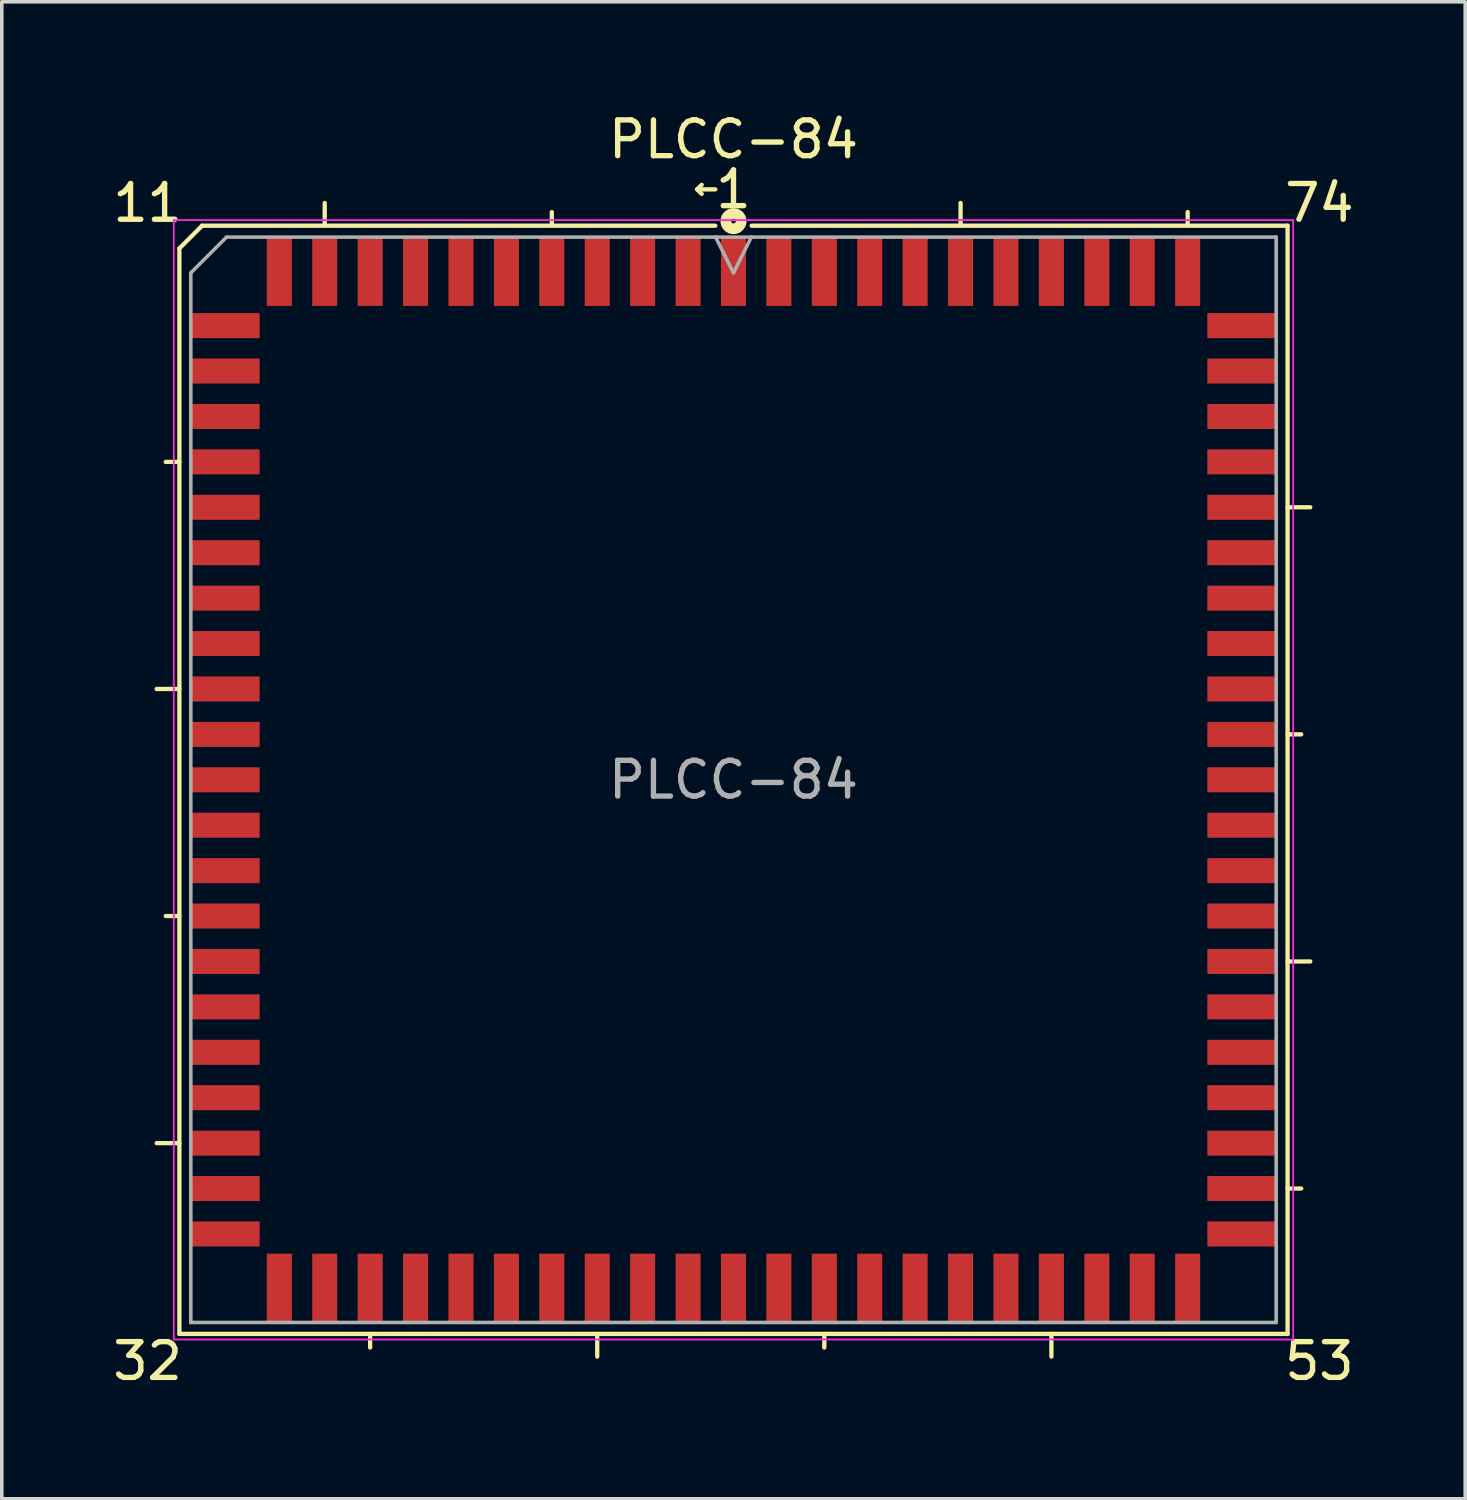
<source format=kicad_pcb>
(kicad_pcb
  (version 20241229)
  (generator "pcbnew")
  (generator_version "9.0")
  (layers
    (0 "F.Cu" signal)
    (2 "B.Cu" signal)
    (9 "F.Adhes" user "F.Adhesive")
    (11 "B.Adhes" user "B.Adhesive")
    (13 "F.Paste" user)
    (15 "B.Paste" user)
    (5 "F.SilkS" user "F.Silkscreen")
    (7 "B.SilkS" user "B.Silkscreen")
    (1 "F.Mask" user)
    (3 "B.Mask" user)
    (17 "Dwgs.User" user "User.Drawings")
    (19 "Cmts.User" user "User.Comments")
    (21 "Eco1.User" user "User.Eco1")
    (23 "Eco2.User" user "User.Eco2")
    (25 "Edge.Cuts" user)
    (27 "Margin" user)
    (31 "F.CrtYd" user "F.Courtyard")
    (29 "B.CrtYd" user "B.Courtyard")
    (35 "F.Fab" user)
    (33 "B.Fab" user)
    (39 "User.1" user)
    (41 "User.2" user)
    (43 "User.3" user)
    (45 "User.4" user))
  (footprint "PLCC-84"
    (layer "F.Cu")
    (at 17.46 18.755)
    (property "Reference" "PLCC-84" (at 0 -17.907 0) (layer "F.SilkS") (effects (font (size 1 1) (thickness 0.15))))
    (attr smd)
    (fp_line (start -15.748 -2.54) (end -16.129 -2.54) (stroke (width 0.12) (type solid)) (layer "F.SilkS"))
    (fp_line (start -15.494 -14.859) (end -15.494 15.494) (stroke (width 0.12) (type solid)) (layer "F.SilkS"))
    (fp_line (start -15.494 -8.89) (end -15.875 -8.89) (stroke (width 0.12) (type solid)) (layer "F.SilkS"))
    (fp_line (start -15.494 -2.54) (end -15.748 -2.54) (stroke (width 0.12) (type solid)) (layer "F.SilkS"))
    (fp_line (start -15.494 3.81) (end -15.875 3.81) (stroke (width 0.12) (type solid)) (layer "F.SilkS"))
    (fp_line (start -15.494 10.16) (end -16.129 10.16) (stroke (width 0.12) (type solid)) (layer "F.SilkS"))
    (fp_line (start -15.494 15.494) (end 15.494 15.494) (stroke (width 0.12) (type solid)) (layer "F.SilkS"))
    (fp_line (start -14.859 -15.494) (end -15.494 -14.859) (stroke (width 0.12) (type solid)) (layer "F.SilkS"))
    (fp_line (start -11.43 -15.494) (end -11.43 -16.129) (stroke (width 0.12) (type solid)) (layer "F.SilkS"))
    (fp_line (start -10.16 15.494) (end -10.16 15.875) (stroke (width 0.12) (type solid)) (layer "F.SilkS"))
    (fp_line (start -5.08 -15.494) (end -5.08 -15.875) (stroke (width 0.12) (type solid)) (layer "F.SilkS"))
    (fp_line (start -3.81 15.494) (end -3.81 16.129) (stroke (width 0.12) (type solid)) (layer "F.SilkS"))
    (fp_line (start -1.016 -16.51) (end -0.889 -16.637) (stroke (width 0.12) (type solid)) (layer "F.SilkS"))
    (fp_line (start -1.016 -16.51) (end -0.889 -16.383) (stroke (width 0.12) (type solid)) (layer "F.SilkS"))
    (fp_line (start -0.508 -16.51) (end -1.016 -16.51) (stroke (width 0.12) (type solid)) (layer "F.SilkS"))
    (fp_line (start -0.508 -15.494) (end -14.859 -15.494) (stroke (width 0.12) (type solid)) (layer "F.SilkS"))
    (fp_line (start 2.54 15.494) (end 2.54 15.875) (stroke (width 0.12) (type solid)) (layer "F.SilkS"))
    (fp_line (start 6.35 -15.494) (end 6.35 -16.129) (stroke (width 0.12) (type solid)) (layer "F.SilkS"))
    (fp_line (start 8.89 15.494) (end 8.89 16.129) (stroke (width 0.12) (type solid)) (layer "F.SilkS"))
    (fp_line (start 12.7 -15.494) (end 12.7 -15.875) (stroke (width 0.12) (type solid)) (layer "F.SilkS"))
    (fp_line (start 15.494 -15.494) (end 0.508 -15.494) (stroke (width 0.12) (type solid)) (layer "F.SilkS"))
    (fp_line (start 15.494 -7.62) (end 16.129 -7.62) (stroke (width 0.12) (type solid)) (layer "F.SilkS"))
    (fp_line (start 15.494 -1.27) (end 15.875 -1.27) (stroke (width 0.12) (type solid)) (layer "F.SilkS"))
    (fp_line (start 15.494 5.08) (end 16.129 5.08) (stroke (width 0.12) (type solid)) (layer "F.SilkS"))
    (fp_line (start 15.494 11.43) (end 15.875 11.43) (stroke (width 0.12) (type solid)) (layer "F.SilkS"))
    (fp_line (start 15.494 15.494) (end 15.494 -15.494) (stroke (width 0.12) (type solid)) (layer "F.SilkS"))
    (fp_circle (center 0 -15.621) (end 0.064 -15.621) (stroke (width 0.3) (type solid)) (fill no) (layer "F.SilkS"))
    (fp_line (start -15.65 -15.65) (end -15.65 15.65) (stroke (width 0.05) (type solid)) (layer "F.CrtYd"))
    (fp_line (start -15.65 15.65) (end 15.65 15.65) (stroke (width 0.05) (type solid)) (layer "F.CrtYd"))
    (fp_line (start 15.65 -15.65) (end -15.65 -15.65) (stroke (width 0.05) (type solid)) (layer "F.CrtYd"))
    (fp_line (start 15.65 15.65) (end 15.65 -15.65) (stroke (width 0.05) (type solid)) (layer "F.CrtYd"))
    (fp_line (start -15.175 -14.175) (end -15.175 15.175) (stroke (width 0.1) (type solid)) (layer "F.Fab"))
    (fp_line (start -15.175 15.175) (end 15.175 15.175) (stroke (width 0.1) (type solid)) (layer "F.Fab"))
    (fp_line (start -14.175 -15.175) (end -15.175 -14.175) (stroke (width 0.1) (type solid)) (layer "F.Fab"))
    (fp_line (start -0.5 -15.175) (end 0 -14.175) (stroke (width 0.1) (type solid)) (layer "F.Fab"))
    (fp_line (start 0 -14.175) (end 0.5 -15.175) (stroke (width 0.1) (type solid)) (layer "F.Fab"))
    (fp_line (start 15.175 -15.175) (end -14.175 -15.175) (stroke (width 0.1) (type solid)) (layer "F.Fab"))
    (fp_line (start 15.175 15.175) (end 15.175 -15.175) (stroke (width 0.1) (type solid)) (layer "F.Fab"))
    (fp_text user "53" (at 16.383 16.256 0) (unlocked yes) (layer "F.SilkS") (effects (font (size 1 1) (thickness 0.15))))
    (fp_text user "1" (at 0 -16.51 0) (unlocked yes) (layer "F.SilkS") (effects (font (size 1 1) (thickness 0.15))))
    (fp_text user "74" (at 16.383 -16.129 0) (unlocked yes) (layer "F.SilkS") (effects (font (size 1 1) (thickness 0.15))))
    (fp_text user "32" (at -16.383 16.256 0) (unlocked yes) (layer "F.SilkS") (effects (font (size 1 1) (thickness 0.15))))
    (fp_text user "11" (at -16.383 -16.129 0) (unlocked yes) (layer "F.SilkS") (effects (font (size 1 1) (thickness 0.15))))
    (fp_text user "${REFERENCE}" (at 0 0 0) (layer "F.Fab") (effects (font (size 1 1) (thickness 0.15))))
    (pad "1" smd rect (at 0 -14.213) (size 0.7 1.925) (layers "F.Cu" "F.Mask" "F.Paste"))
    (pad "2" smd rect (at -1.27 -14.213) (size 0.7 1.925) (layers "F.Cu" "F.Mask" "F.Paste"))
    (pad "3" smd rect (at -2.54 -14.213) (size 0.7 1.925) (layers "F.Cu" "F.Mask" "F.Paste"))
    (pad "4" smd rect (at -3.81 -14.213) (size 0.7 1.925) (layers "F.Cu" "F.Mask" "F.Paste"))
    (pad "5" smd rect (at -5.08 -14.213) (size 0.7 1.925) (layers "F.Cu" "F.Mask" "F.Paste"))
    (pad "6" smd rect (at -6.35 -14.213) (size 0.7 1.925) (layers "F.Cu" "F.Mask" "F.Paste"))
    (pad "7" smd rect (at -7.62 -14.213) (size 0.7 1.925) (layers "F.Cu" "F.Mask" "F.Paste"))
    (pad "8" smd rect (at -8.89 -14.213) (size 0.7 1.925) (layers "F.Cu" "F.Mask" "F.Paste"))
    (pad "9" smd rect (at -10.16 -14.213) (size 0.7 1.925) (layers "F.Cu" "F.Mask" "F.Paste"))
    (pad "10" smd rect (at -11.43 -14.213) (size 0.7 1.925) (layers "F.Cu" "F.Mask" "F.Paste"))
    (pad "11" smd rect (at -12.7 -14.213) (size 0.7 1.925) (layers "F.Cu" "F.Mask" "F.Paste"))
    (pad "12" smd rect (at -14.213 -12.7) (size 1.925 0.7) (layers "F.Cu" "F.Mask" "F.Paste"))
    (pad "13" smd rect (at -14.213 -11.43) (size 1.925 0.7) (layers "F.Cu" "F.Mask" "F.Paste"))
    (pad "14" smd rect (at -14.213 -10.16) (size 1.925 0.7) (layers "F.Cu" "F.Mask" "F.Paste"))
    (pad "15" smd rect (at -14.213 -8.89) (size 1.925 0.7) (layers "F.Cu" "F.Mask" "F.Paste"))
    (pad "16" smd rect (at -14.213 -7.62) (size 1.925 0.7) (layers "F.Cu" "F.Mask" "F.Paste"))
    (pad "17" smd rect (at -14.213 -6.35) (size 1.925 0.7) (layers "F.Cu" "F.Mask" "F.Paste"))
    (pad "18" smd rect (at -14.213 -5.08) (size 1.925 0.7) (layers "F.Cu" "F.Mask" "F.Paste"))
    (pad "19" smd rect (at -14.213 -3.81) (size 1.925 0.7) (layers "F.Cu" "F.Mask" "F.Paste"))
    (pad "20" smd rect (at -14.213 -2.54) (size 1.925 0.7) (layers "F.Cu" "F.Mask" "F.Paste"))
    (pad "21" smd rect (at -14.213 -1.27) (size 1.925 0.7) (layers "F.Cu" "F.Mask" "F.Paste"))
    (pad "22" smd rect (at -14.213 0) (size 1.925 0.7) (layers "F.Cu" "F.Mask" "F.Paste"))
    (pad "23" smd rect (at -14.213 1.27) (size 1.925 0.7) (layers "F.Cu" "F.Mask" "F.Paste"))
    (pad "24" smd rect (at -14.213 2.54) (size 1.925 0.7) (layers "F.Cu" "F.Mask" "F.Paste"))
    (pad "25" smd rect (at -14.213 3.81) (size 1.925 0.7) (layers "F.Cu" "F.Mask" "F.Paste"))
    (pad "26" smd rect (at -14.213 5.08) (size 1.925 0.7) (layers "F.Cu" "F.Mask" "F.Paste"))
    (pad "27" smd rect (at -14.213 6.35) (size 1.925 0.7) (layers "F.Cu" "F.Mask" "F.Paste"))
    (pad "28" smd rect (at -14.213 7.62) (size 1.925 0.7) (layers "F.Cu" "F.Mask" "F.Paste"))
    (pad "29" smd rect (at -14.213 8.89) (size 1.925 0.7) (layers "F.Cu" "F.Mask" "F.Paste"))
    (pad "30" smd rect (at -14.213 10.16) (size 1.925 0.7) (layers "F.Cu" "F.Mask" "F.Paste"))
    (pad "31" smd rect (at -14.213 11.43) (size 1.925 0.7) (layers "F.Cu" "F.Mask" "F.Paste"))
    (pad "32" smd rect (at -14.213 12.7) (size 1.925 0.7) (layers "F.Cu" "F.Mask" "F.Paste"))
    (pad "33" smd rect (at -12.7 14.213) (size 0.7 1.925) (layers "F.Cu" "F.Mask" "F.Paste"))
    (pad "34" smd rect (at -11.43 14.213) (size 0.7 1.925) (layers "F.Cu" "F.Mask" "F.Paste"))
    (pad "35" smd rect (at -10.16 14.213) (size 0.7 1.925) (layers "F.Cu" "F.Mask" "F.Paste"))
    (pad "36" smd rect (at -8.89 14.213) (size 0.7 1.925) (layers "F.Cu" "F.Mask" "F.Paste"))
    (pad "37" smd rect (at -7.62 14.213) (size 0.7 1.925) (layers "F.Cu" "F.Mask" "F.Paste"))
    (pad "38" smd rect (at -6.35 14.213) (size 0.7 1.925) (layers "F.Cu" "F.Mask" "F.Paste"))
    (pad "39" smd rect (at -5.08 14.213) (size 0.7 1.925) (layers "F.Cu" "F.Mask" "F.Paste"))
    (pad "40" smd rect (at -3.81 14.213) (size 0.7 1.925) (layers "F.Cu" "F.Mask" "F.Paste"))
    (pad "41" smd rect (at -2.54 14.213) (size 0.7 1.925) (layers "F.Cu" "F.Mask" "F.Paste"))
    (pad "42" smd rect (at -1.27 14.213) (size 0.7 1.925) (layers "F.Cu" "F.Mask" "F.Paste"))
    (pad "43" smd rect (at 0 14.213) (size 0.7 1.925) (layers "F.Cu" "F.Mask" "F.Paste"))
    (pad "44" smd rect (at 1.27 14.213) (size 0.7 1.925) (layers "F.Cu" "F.Mask" "F.Paste"))
    (pad "45" smd rect (at 2.54 14.213) (size 0.7 1.925) (layers "F.Cu" "F.Mask" "F.Paste"))
    (pad "46" smd rect (at 3.81 14.213) (size 0.7 1.925) (layers "F.Cu" "F.Mask" "F.Paste"))
    (pad "47" smd rect (at 5.08 14.213) (size 0.7 1.925) (layers "F.Cu" "F.Mask" "F.Paste"))
    (pad "48" smd rect (at 6.35 14.213) (size 0.7 1.925) (layers "F.Cu" "F.Mask" "F.Paste"))
    (pad "49" smd rect (at 7.62 14.213) (size 0.7 1.925) (layers "F.Cu" "F.Mask" "F.Paste"))
    (pad "50" smd rect (at 8.89 14.213) (size 0.7 1.925) (layers "F.Cu" "F.Mask" "F.Paste"))
    (pad "51" smd rect (at 10.16 14.213) (size 0.7 1.925) (layers "F.Cu" "F.Mask" "F.Paste"))
    (pad "52" smd rect (at 11.43 14.213) (size 0.7 1.925) (layers "F.Cu" "F.Mask" "F.Paste"))
    (pad "53" smd rect (at 12.7 14.213) (size 0.7 1.925) (layers "F.Cu" "F.Mask" "F.Paste"))
    (pad "54" smd rect (at 14.213 12.7) (size 1.925 0.7) (layers "F.Cu" "F.Mask" "F.Paste"))
    (pad "55" smd rect (at 14.213 11.43) (size 1.925 0.7) (layers "F.Cu" "F.Mask" "F.Paste"))
    (pad "56" smd rect (at 14.213 10.16) (size 1.925 0.7) (layers "F.Cu" "F.Mask" "F.Paste"))
    (pad "57" smd rect (at 14.213 8.89) (size 1.925 0.7) (layers "F.Cu" "F.Mask" "F.Paste"))
    (pad "58" smd rect (at 14.213 7.62) (size 1.925 0.7) (layers "F.Cu" "F.Mask" "F.Paste"))
    (pad "59" smd rect (at 14.213 6.35) (size 1.925 0.7) (layers "F.Cu" "F.Mask" "F.Paste"))
    (pad "60" smd rect (at 14.213 5.08) (size 1.925 0.7) (layers "F.Cu" "F.Mask" "F.Paste"))
    (pad "61" smd rect (at 14.213 3.81) (size 1.925 0.7) (layers "F.Cu" "F.Mask" "F.Paste"))
    (pad "62" smd rect (at 14.213 2.54) (size 1.925 0.7) (layers "F.Cu" "F.Mask" "F.Paste"))
    (pad "63" smd rect (at 14.213 1.27) (size 1.925 0.7) (layers "F.Cu" "F.Mask" "F.Paste"))
    (pad "64" smd rect (at 14.213 0) (size 1.925 0.7) (layers "F.Cu" "F.Mask" "F.Paste"))
    (pad "65" smd rect (at 14.213 -1.27) (size 1.925 0.7) (layers "F.Cu" "F.Mask" "F.Paste"))
    (pad "66" smd rect (at 14.213 -2.54) (size 1.925 0.7) (layers "F.Cu" "F.Mask" "F.Paste"))
    (pad "67" smd rect (at 14.213 -3.81) (size 1.925 0.7) (layers "F.Cu" "F.Mask" "F.Paste"))
    (pad "68" smd rect (at 14.213 -5.08) (size 1.925 0.7) (layers "F.Cu" "F.Mask" "F.Paste"))
    (pad "69" smd rect (at 14.213 -6.35) (size 1.925 0.7) (layers "F.Cu" "F.Mask" "F.Paste"))
    (pad "70" smd rect (at 14.213 -7.62) (size 1.925 0.7) (layers "F.Cu" "F.Mask" "F.Paste"))
    (pad "71" smd rect (at 14.213 -8.89) (size 1.925 0.7) (layers "F.Cu" "F.Mask" "F.Paste"))
    (pad "72" smd rect (at 14.213 -10.16) (size 1.925 0.7) (layers "F.Cu" "F.Mask" "F.Paste"))
    (pad "73" smd rect (at 14.213 -11.43) (size 1.925 0.7) (layers "F.Cu" "F.Mask" "F.Paste"))
    (pad "74" smd rect (at 14.213 -12.7) (size 1.925 0.7) (layers "F.Cu" "F.Mask" "F.Paste"))
    (pad "75" smd rect (at 12.7 -14.213) (size 0.7 1.925) (layers "F.Cu" "F.Mask" "F.Paste"))
    (pad "76" smd rect (at 11.43 -14.213) (size 0.7 1.925) (layers "F.Cu" "F.Mask" "F.Paste"))
    (pad "77" smd rect (at 10.16 -14.213) (size 0.7 1.925) (layers "F.Cu" "F.Mask" "F.Paste"))
    (pad "78" smd rect (at 8.89 -14.213) (size 0.7 1.925) (layers "F.Cu" "F.Mask" "F.Paste"))
    (pad "79" smd rect (at 7.62 -14.213) (size 0.7 1.925) (layers "F.Cu" "F.Mask" "F.Paste"))
    (pad "80" smd rect (at 6.35 -14.213) (size 0.7 1.925) (layers "F.Cu" "F.Mask" "F.Paste"))
    (pad "81" smd rect (at 5.08 -14.213) (size 0.7 1.925) (layers "F.Cu" "F.Mask" "F.Paste"))
    (pad "82" smd rect (at 3.81 -14.213) (size 0.7 1.925) (layers "F.Cu" "F.Mask" "F.Paste"))
    (pad "83" smd rect (at 2.54 -14.213) (size 0.7 1.925) (layers "F.Cu" "F.Mask" "F.Paste"))
    (pad "84" smd rect (at 1.27 -14.213) (size 0.7 1.925) (layers "F.Cu" "F.Mask" "F.Paste")))
  (gr_rect
    (start -3 -3)
    (end 37.921 38.859)
    (stroke (width 0.1) (type default))
    (fill no)
    (layer "Edge.Cuts")))
</source>
